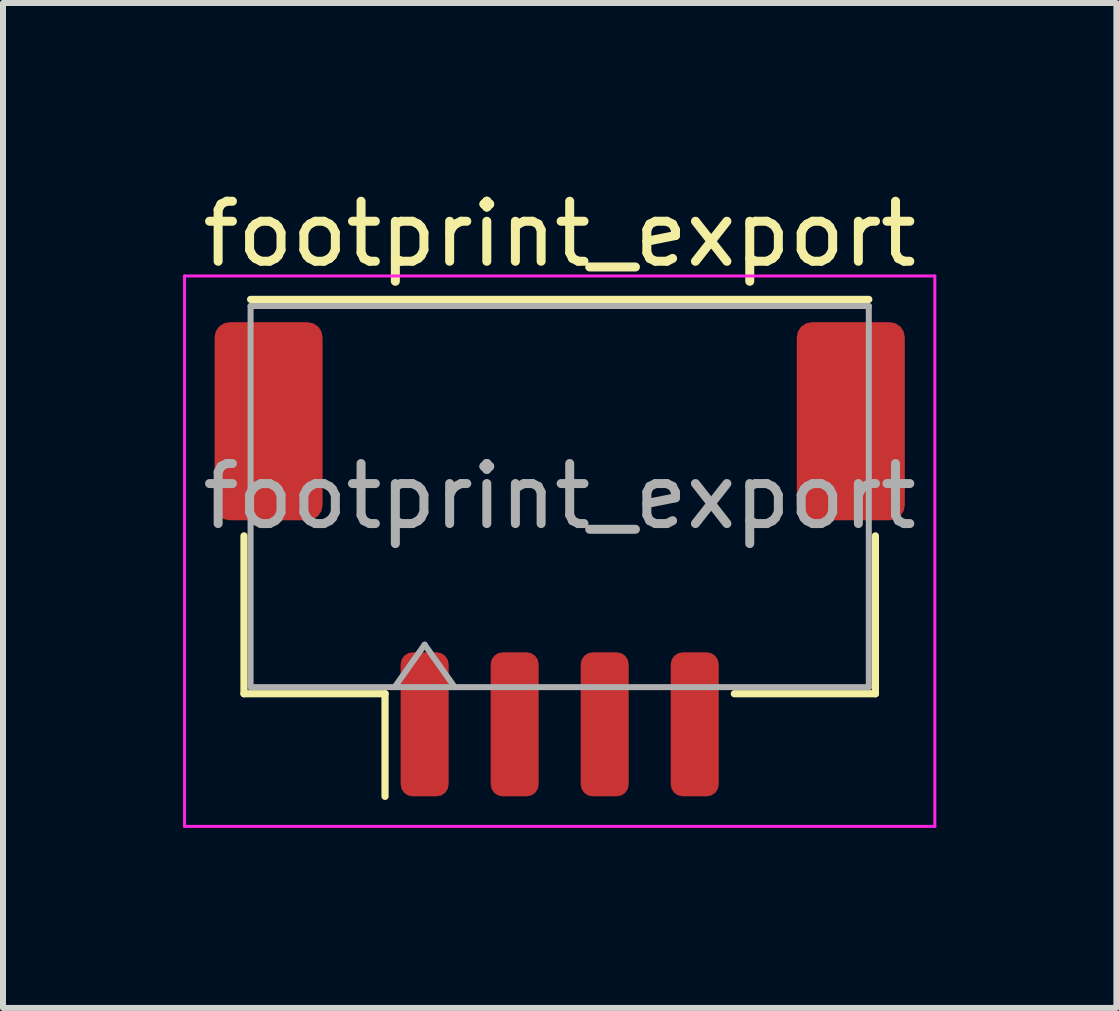
<source format=kicad_pcb>
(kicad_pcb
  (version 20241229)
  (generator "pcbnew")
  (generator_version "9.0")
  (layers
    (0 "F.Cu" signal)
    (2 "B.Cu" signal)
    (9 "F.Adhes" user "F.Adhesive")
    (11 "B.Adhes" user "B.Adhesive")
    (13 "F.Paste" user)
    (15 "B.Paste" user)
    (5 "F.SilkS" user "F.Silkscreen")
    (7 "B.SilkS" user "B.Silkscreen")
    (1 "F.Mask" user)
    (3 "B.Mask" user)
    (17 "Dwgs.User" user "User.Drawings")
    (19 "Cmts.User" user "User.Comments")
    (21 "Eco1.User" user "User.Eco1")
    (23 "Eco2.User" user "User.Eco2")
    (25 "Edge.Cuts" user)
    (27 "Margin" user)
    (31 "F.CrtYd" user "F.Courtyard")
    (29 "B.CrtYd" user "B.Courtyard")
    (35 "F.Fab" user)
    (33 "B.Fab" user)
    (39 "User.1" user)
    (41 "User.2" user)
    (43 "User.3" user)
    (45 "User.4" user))
  (footprint "footprint_export"
    (layer "F.Cu")
    (at 6.275 6.268)
    (property "Reference" "footprint_export" (at 0 -5.42 0) (layer "F.SilkS") (effects (font (size 1 1) (thickness 0.15))))
    (attr smd)
    (fp_line (start -5.26 -0.39) (end -5.26 2.24) (stroke (width 0.12) (type solid)) (layer "F.SilkS"))
    (fp_line (start -5.26 2.24) (end -2.91 2.24) (stroke (width 0.12) (type solid)) (layer "F.SilkS"))
    (fp_line (start -5.15 -4.33) (end 5.15 -4.33) (stroke (width 0.12) (type solid)) (layer "F.SilkS"))
    (fp_line (start -2.91 2.24) (end -2.91 3.95) (stroke (width 0.12) (type solid)) (layer "F.SilkS"))
    (fp_line (start 5.26 -0.39) (end 5.26 2.24) (stroke (width 0.12) (type solid)) (layer "F.SilkS"))
    (fp_line (start 5.26 2.24) (end 2.91 2.24) (stroke (width 0.12) (type solid)) (layer "F.SilkS"))
    (fp_line (start -6.25 -4.72) (end -6.25 4.45) (stroke (width 0.05) (type solid)) (layer "F.CrtYd"))
    (fp_line (start -6.25 4.45) (end 6.25 4.45) (stroke (width 0.05) (type solid)) (layer "F.CrtYd"))
    (fp_line (start 6.25 -4.72) (end -6.25 -4.72) (stroke (width 0.05) (type solid)) (layer "F.CrtYd"))
    (fp_line (start 6.25 4.45) (end 6.25 -4.72) (stroke (width 0.05) (type solid)) (layer "F.CrtYd"))
    (fp_line (start -5.15 -4.22) (end 5.15 -4.22) (stroke (width 0.1) (type solid)) (layer "F.Fab"))
    (fp_line (start -5.15 2.13) (end -5.15 -4.22) (stroke (width 0.1) (type solid)) (layer "F.Fab"))
    (fp_line (start -5.15 2.13) (end 5.15 2.13) (stroke (width 0.1) (type solid)) (layer "F.Fab"))
    (fp_line (start -2.75 2.13) (end -2.25 1.423) (stroke (width 0.1) (type solid)) (layer "F.Fab"))
    (fp_line (start -2.25 1.423) (end -1.75 2.13) (stroke (width 0.1) (type solid)) (layer "F.Fab"))
    (fp_line (start 5.15 2.13) (end 5.15 -4.22) (stroke (width 0.1) (type solid)) (layer "F.Fab"))
    (fp_text user "${REFERENCE}" (at 0 -1.05 0) (layer "F.Fab") (effects (font (size 1 1) (thickness 0.15))))
    (pad "1" smd roundrect (at -2.25 2.75) (size 0.8 2.4) (layers "F.Cu" "F.Mask" "F.Paste") (roundrect_rratio 0.25))
    (pad "2" smd roundrect (at -0.75 2.75) (size 0.8 2.4) (layers "F.Cu" "F.Mask" "F.Paste") (roundrect_rratio 0.25))
    (pad "3" smd roundrect (at 0.75 2.75) (size 0.8 2.4) (layers "F.Cu" "F.Mask" "F.Paste") (roundrect_rratio 0.25))
    (pad "4" smd roundrect (at 2.25 2.75) (size 0.8 2.4) (layers "F.Cu" "F.Mask" "F.Paste") (roundrect_rratio 0.25))
    (pad "MP" smd roundrect (at -4.85 -2.3) (size 1.8 3.3) (layers "F.Cu" "F.Mask" "F.Paste") (roundrect_rratio 0.139))
    (pad "MP" smd roundrect (at 4.85 -2.3) (size 1.8 3.3) (layers "F.Cu" "F.Mask" "F.Paste") (roundrect_rratio 0.139)))
  (gr_rect
    (start -3 -3)
    (end 15.55 13.743)
    (stroke (width 0.1) (type default))
    (fill no)
    (layer "Edge.Cuts")))
</source>
